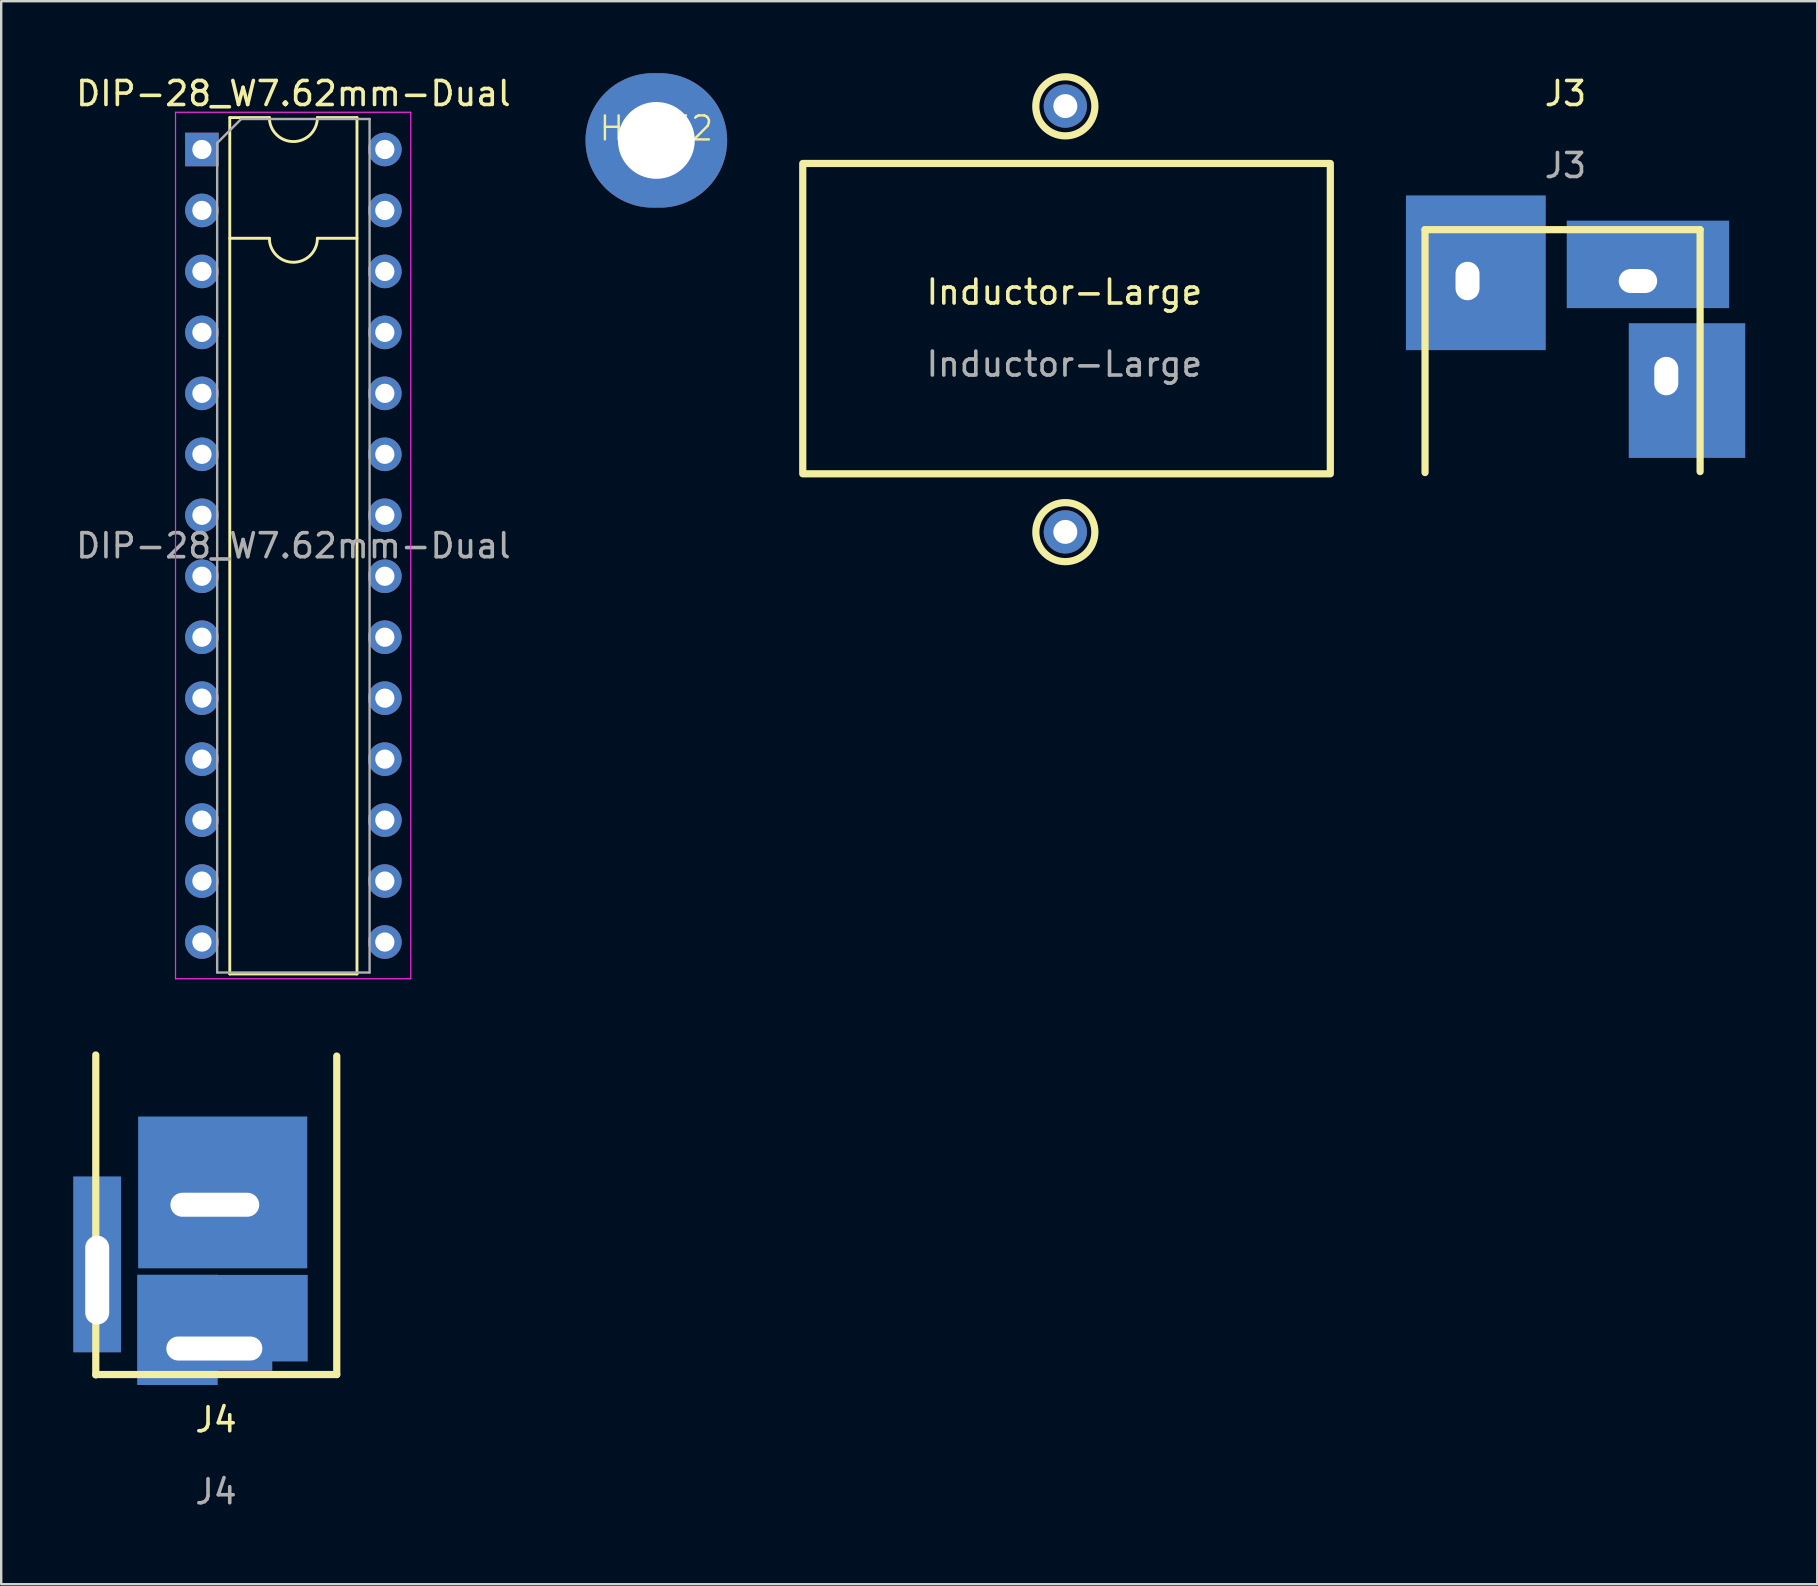
<source format=kicad_pcb>
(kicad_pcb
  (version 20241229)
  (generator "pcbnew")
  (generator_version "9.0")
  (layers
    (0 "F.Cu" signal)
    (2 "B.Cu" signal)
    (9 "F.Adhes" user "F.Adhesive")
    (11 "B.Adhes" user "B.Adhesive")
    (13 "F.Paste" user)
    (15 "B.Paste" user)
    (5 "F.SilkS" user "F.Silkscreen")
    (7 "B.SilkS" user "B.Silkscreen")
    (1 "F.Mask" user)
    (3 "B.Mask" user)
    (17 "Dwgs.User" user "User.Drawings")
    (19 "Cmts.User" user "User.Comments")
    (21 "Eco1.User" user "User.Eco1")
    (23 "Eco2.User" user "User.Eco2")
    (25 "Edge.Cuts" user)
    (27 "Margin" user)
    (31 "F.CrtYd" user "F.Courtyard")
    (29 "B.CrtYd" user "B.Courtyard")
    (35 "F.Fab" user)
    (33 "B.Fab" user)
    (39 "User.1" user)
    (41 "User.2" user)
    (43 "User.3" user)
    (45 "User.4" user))
  (footprint "J4"
    (layer "F.Cu")
    (at 5.95 56.603)
    (property "Reference" "J4" (at 0 -0.5 0) (unlocked yes) (layer "F.SilkS") (effects (font (size 1 1) (thickness 0.15))))
    (attr through_hole)
    (fp_line (start -5.01 -15.7) (end -5.01 -2.37) (stroke (width 0.3) (type default)) (layer "F.SilkS"))
    (fp_line (start -5.01 -2.385) (end 5.03 -2.385) (stroke (width 0.3) (type default)) (layer "F.SilkS"))
    (fp_line (start 5.03 -2.385) (end 5.03 -15.655) (stroke (width 0.3) (type default)) (layer "F.SilkS"))
    (fp_text user "${REFERENCE}" (at 0 2.5 0) (unlocked yes) (layer "F.Fab") (effects (font (size 1 1) (thickness 0.15))))
    (pad "1" smd rect (at -1.607 -4.247) (size 3.355 4.595) (layers "B.Cu" "B.Mask"))
    (pad "1" thru_hole rect (at -0.07 -3.47 180) (size 4.82 1.84) (drill oval 4 1) (layers "*.Cu" "*.Mask"))
    (pad "1" smd rect (at 1.886 -4.734) (size 3.868 3.607) (layers "B.Cu" "B.Mask"))
    (pad "2" thru_hole rect (at -0.05 -9.46 180) (size 4 1.8) (drill oval 3.7 1) (layers "*.Cu" "*.Mask"))
    (pad "2" smd rect (at 0.278 -9.973 270) (size 6.325 7.045) (layers "B.Cu" "B.Mask"))
    (pad "3" smd rect (at -4.952 -6.975 270) (size 7.33 1.995) (layers "B.Cu" "B.Mask"))
    (pad "3" thru_hole rect (at -4.95 -6.32 270) (size 4 1.8) (drill oval 3.7 1) (layers "*.Cu" "*.Mask")))
  (footprint "J3"
    (layer "F.Cu")
    (at 62.171 1.348)
    (property "Reference" "J3" (at 0 -0.5 0) (unlocked yes) (layer "F.SilkS") (effects (font (size 1 1) (thickness 0.15))))
    (attr through_hole)
    (fp_line (start -5.85 5.17) (end 5.61 5.17) (stroke (width 0.3) (type default)) (layer "F.SilkS"))
    (fp_line (start -5.85 15.29) (end -5.85 5.17) (stroke (width 0.3) (type default)) (layer "F.SilkS"))
    (fp_line (start 5.61 5.17) (end 5.61 15.25) (stroke (width 0.3) (type default)) (layer "F.SilkS"))
    (fp_text user "${REFERENCE}" (at 0 2.5 0) (unlocked yes) (layer "F.Fab") (effects (font (size 1 1) (thickness 0.15))))
    (pad "R" thru_hole oval (at -4.08 7.31) (size 2 2.4) (drill oval 1 1.6) (layers "*.Cu" "*.Mask"))
    (pad "R" smd rect (at -3.733 6.967) (size 5.826 6.446) (layers "B.Cu" "B.Mask"))
    (pad "S" thru_hole oval (at 3.02 7.31 90) (size 2 2.4) (drill oval 1 1.6) (layers "*.Cu" "*.Mask"))
    (pad "S" smd rect (at 3.437 6.617) (size 6.766 3.646) (layers "B.Cu" "B.Mask"))
    (pad "T" thru_hole oval (at 4.2 11.27) (size 2 2.4) (drill oval 1 1.6) (layers "*.Cu" "*.Mask"))
    (pad "T" smd rect (at 5.064 11.874) (size 4.852 5.612) (layers "B.Cu" "B.Mask")))
  (footprint "Inductor-Large"
    (layer "F.Cu")
    (at 41.295 9.62)
    (property "Reference" "Inductor-Large" (at 0 -0.5 0) (unlocked yes) (layer "F.SilkS") (effects (font (size 1 1) (thickness 0.15))))
    (attr through_hole)
    (fp_rect (start -10.9 -5.86) (end 11.08 7.07) (stroke (width 0.3) (type default)) (fill no) (layer "F.SilkS"))
    (fp_circle (center 0.04 9.5) (end 1.27 9.5) (stroke (width 0.3) (type default)) (fill no) (layer "F.SilkS"))
    (fp_circle (center 0.04 -8.24) (end 1.271 -8.24) (stroke (width 0.3) (type default)) (fill no) (layer "F.SilkS"))
    (fp_text user "${REFERENCE}" (at 0 2.5 0) (unlocked yes) (layer "F.Fab") (effects (font (size 1 1) (thickness 0.15))))
    (pad "1" thru_hole circle (at 0.04 -8.25) (size 1.8 1.8) (drill 1) (layers "*.Cu" "*.Mask"))
    (pad "2" thru_hole circle (at 0.04 9.49) (size 1.8 1.8) (drill 1) (layers "*.Cu" "*.Mask")))
  (footprint "DIP-28_W7.62mm-Dual"
    (layer "F.Cu")
    (at 5.363 3.178)
    (property "Reference" "DIP-28_W7.62mm-Dual" (at 3.81 -2.33 0) (layer "F.SilkS") (effects (font (size 1 1) (thickness 0.15))))
    (attr through_hole)
    (fp_line (start 1.16 -1.33) (end 1.16 34.35) (stroke (width 0.12) (type solid)) (layer "F.SilkS"))
    (fp_line (start 1.16 34.35) (end 6.46 34.35) (stroke (width 0.12) (type solid)) (layer "F.SilkS"))
    (fp_line (start 2.81 -1.33) (end 1.16 -1.33) (stroke (width 0.12) (type solid)) (layer "F.SilkS"))
    (fp_line (start 2.81 3.699) (end 1.16 3.699) (stroke (width 0.12) (type solid)) (layer "F.SilkS"))
    (fp_line (start 6.46 -1.33) (end 4.81 -1.33) (stroke (width 0.12) (type solid)) (layer "F.SilkS"))
    (fp_line (start 6.46 3.699) (end 4.81 3.699) (stroke (width 0.12) (type solid)) (layer "F.SilkS"))
    (fp_line (start 6.46 34.35) (end 6.46 -1.33) (stroke (width 0.12) (type solid)) (layer "F.SilkS"))
    (fp_arc (start 4.81 -1.33) (mid 3.81 -0.33) (end 2.81 -1.33) (stroke (width 0.12) (type solid)) (layer "F.SilkS"))
    (fp_arc (start 4.81 3.699) (mid 3.81 4.699) (end 2.81 3.699) (stroke (width 0.12) (type solid)) (layer "F.SilkS"))
    (fp_line (start -1.1 -1.55) (end -1.1 34.55) (stroke (width 0.05) (type solid)) (layer "F.CrtYd"))
    (fp_line (start -1.1 34.55) (end 8.7 34.55) (stroke (width 0.05) (type solid)) (layer "F.CrtYd"))
    (fp_line (start 8.7 -1.55) (end -1.1 -1.55) (stroke (width 0.05) (type solid)) (layer "F.CrtYd"))
    (fp_line (start 8.7 34.55) (end 8.7 -1.55) (stroke (width 0.05) (type solid)) (layer "F.CrtYd"))
    (fp_line (start 0.635 -0.27) (end 1.635 -1.27) (stroke (width 0.1) (type solid)) (layer "F.Fab"))
    (fp_line (start 0.635 34.29) (end 0.635 -0.27) (stroke (width 0.1) (type solid)) (layer "F.Fab"))
    (fp_line (start 1.635 -1.27) (end 6.985 -1.27) (stroke (width 0.1) (type solid)) (layer "F.Fab"))
    (fp_line (start 6.985 -1.27) (end 6.985 34.29) (stroke (width 0.1) (type solid)) (layer "F.Fab"))
    (fp_line (start 6.985 34.29) (end 0.635 34.29) (stroke (width 0.1) (type solid)) (layer "F.Fab"))
    (fp_text user "${REFERENCE}" (at 3.81 16.51 0) (layer "F.Fab") (effects (font (size 1 1) (thickness 0.15))))
    (pad "1" thru_hole rect (at 0 0) (size 1.4 1.4) (drill 0.8) (layers "*.Cu" "*.Mask"))
    (pad "2" thru_hole circle (at 0 2.54) (size 1.4 1.4) (drill 0.8) (layers "*.Cu" "*.Mask"))
    (pad "3" thru_hole circle (at 0 5.08) (size 1.4 1.4) (drill 0.8) (layers "*.Cu" "*.Mask"))
    (pad "4" thru_hole circle (at 0 7.62) (size 1.4 1.4) (drill 0.8) (layers "*.Cu" "*.Mask"))
    (pad "5" thru_hole circle (at 0 10.16) (size 1.4 1.4) (drill 0.8) (layers "*.Cu" "*.Mask"))
    (pad "6" thru_hole circle (at 0 12.7) (size 1.4 1.4) (drill 0.8) (layers "*.Cu" "*.Mask"))
    (pad "7" thru_hole circle (at 0 15.24) (size 1.4 1.4) (drill 0.8) (layers "*.Cu" "*.Mask"))
    (pad "8" thru_hole circle (at 0 17.78) (size 1.4 1.4) (drill 0.8) (layers "*.Cu" "*.Mask"))
    (pad "9" thru_hole circle (at 0 20.32) (size 1.4 1.4) (drill 0.8) (layers "*.Cu" "*.Mask"))
    (pad "10" thru_hole circle (at 0 22.86) (size 1.4 1.4) (drill 0.8) (layers "*.Cu" "*.Mask"))
    (pad "11" thru_hole circle (at 0 25.4) (size 1.4 1.4) (drill 0.8) (layers "*.Cu" "*.Mask"))
    (pad "12" thru_hole circle (at 0 27.94) (size 1.4 1.4) (drill 0.8) (layers "*.Cu" "*.Mask"))
    (pad "13" thru_hole circle (at 0 30.48) (size 1.4 1.4) (drill 0.8) (layers "*.Cu" "*.Mask"))
    (pad "14" thru_hole circle (at 0 33.02) (size 1.4 1.4) (drill 0.8) (layers "*.Cu" "*.Mask"))
    (pad "15" thru_hole circle (at 7.62 33.02) (size 1.4 1.4) (drill 0.8) (layers "*.Cu" "*.Mask"))
    (pad "16" thru_hole circle (at 7.62 30.48) (size 1.4 1.4) (drill 0.8) (layers "*.Cu" "*.Mask"))
    (pad "17" thru_hole circle (at 7.62 27.94) (size 1.4 1.4) (drill 0.8) (layers "*.Cu" "*.Mask"))
    (pad "18" thru_hole circle (at 7.62 25.4) (size 1.4 1.4) (drill 0.8) (layers "*.Cu" "*.Mask"))
    (pad "19" thru_hole circle (at 7.62 22.86) (size 1.4 1.4) (drill 0.8) (layers "*.Cu" "*.Mask"))
    (pad "20" thru_hole circle (at 7.62 20.32) (size 1.4 1.4) (drill 0.8) (layers "*.Cu" "*.Mask"))
    (pad "21" thru_hole circle (at 7.62 17.78) (size 1.4 1.4) (drill 0.8) (layers "*.Cu" "*.Mask"))
    (pad "22" thru_hole circle (at 7.62 15.24) (size 1.4 1.4) (drill 0.8) (layers "*.Cu" "*.Mask"))
    (pad "23" thru_hole circle (at 7.62 12.7) (size 1.4 1.4) (drill 0.8) (layers "*.Cu" "*.Mask"))
    (pad "24" thru_hole circle (at 7.62 10.16) (size 1.4 1.4) (drill 0.8) (layers "*.Cu" "*.Mask"))
    (pad "25" thru_hole circle (at 7.62 7.62) (size 1.4 1.4) (drill 0.8) (layers "*.Cu" "*.Mask"))
    (pad "26" thru_hole circle (at 7.62 5.08) (size 1.4 1.4) (drill 0.8) (layers "*.Cu" "*.Mask"))
    (pad "27" thru_hole circle (at 7.62 2.54) (size 1.4 1.4) (drill 0.8) (layers "*.Cu" "*.Mask"))
    (pad "28" thru_hole circle (at 7.62 0) (size 1.4 1.4) (drill 0.8) (layers "*.Cu" "*.Mask")))
  (footprint "HOLE2"
    (layer "F.Cu")
    (at 24.295 2.8)
    (property "Reference" "HOLE2" (at 0 -0.5 0) (unlocked yes) (layer "F.SilkS") (effects (font (size 1 1) (thickness 0.1))))
    (attr through_hole)
    (pad "1" thru_hole oval (at 0 0 180) (size 5.9 5.6) (drill 3.2) (layers "*.Cu" "*.Mask")))
  (gr_rect
    (start -3 -3)
    (end 72.661 62.952)
    (stroke (width 0.1) (type default))
    (fill no)
    (layer "Edge.Cuts")))
</source>
